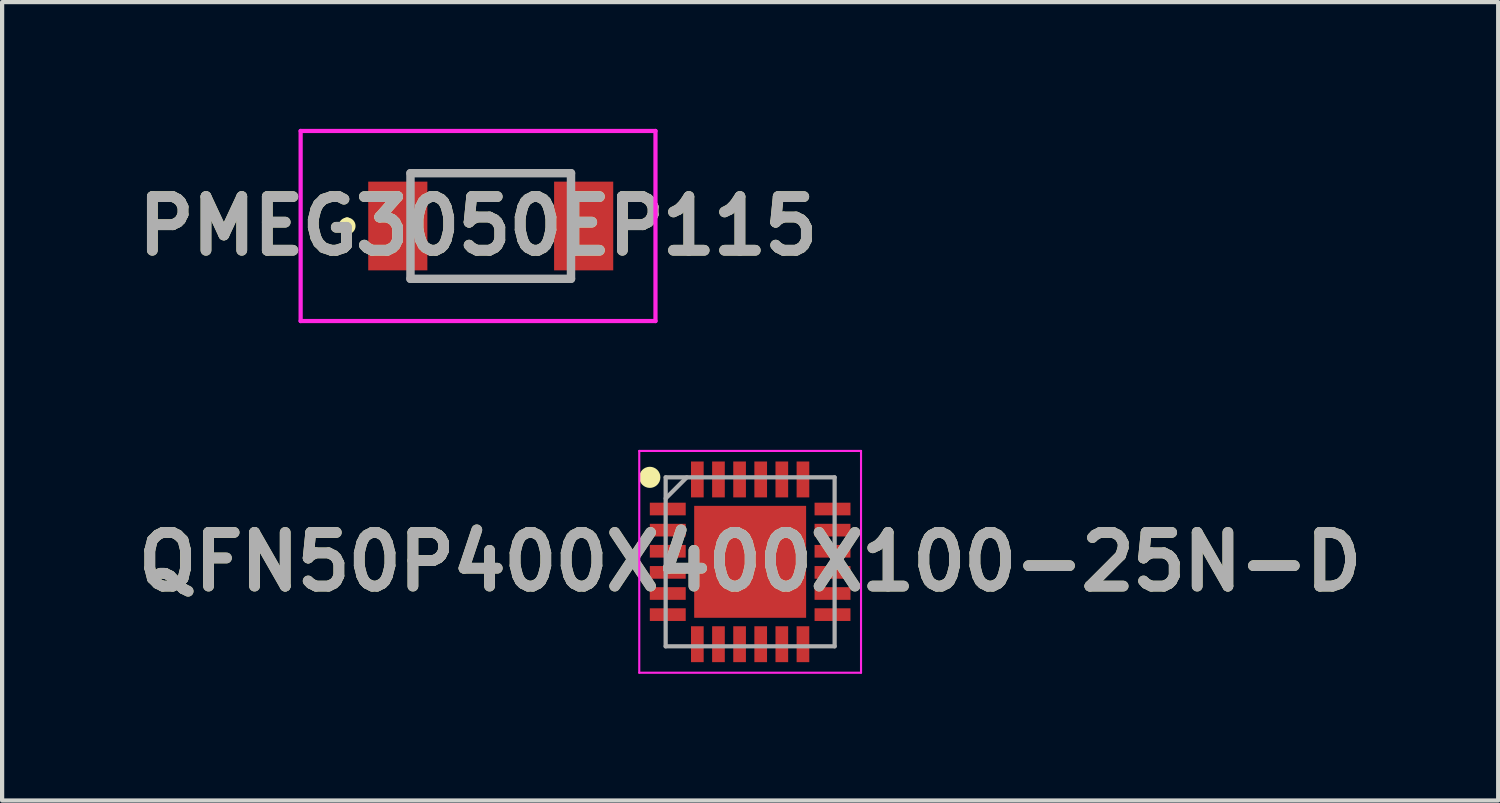
<source format=kicad_pcb>
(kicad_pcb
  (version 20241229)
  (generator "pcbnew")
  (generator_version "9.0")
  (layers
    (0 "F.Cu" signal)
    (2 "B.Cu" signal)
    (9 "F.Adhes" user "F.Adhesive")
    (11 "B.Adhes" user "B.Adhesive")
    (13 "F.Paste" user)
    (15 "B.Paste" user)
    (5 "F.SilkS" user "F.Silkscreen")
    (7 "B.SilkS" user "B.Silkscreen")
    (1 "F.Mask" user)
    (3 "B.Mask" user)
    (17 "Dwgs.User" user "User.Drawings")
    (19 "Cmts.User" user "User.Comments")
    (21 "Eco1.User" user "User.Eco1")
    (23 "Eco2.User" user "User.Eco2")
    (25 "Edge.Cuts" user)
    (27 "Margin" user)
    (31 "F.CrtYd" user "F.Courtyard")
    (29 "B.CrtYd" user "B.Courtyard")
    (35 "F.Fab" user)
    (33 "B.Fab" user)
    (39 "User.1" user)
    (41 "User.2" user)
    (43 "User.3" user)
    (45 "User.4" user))
  (footprint "QFN50P400X400X100-25N-D"
    (layer "F.Cu")
    (at 14.708 10.25)
    (property "Reference" "QFN50P400X400X100-25N-D" (at 0 0 0) (layer "F.SilkS") (effects (font (size 1.27 1.27) (thickness 0.254))))
    (attr smd)
    (fp_circle (center -2.375 -2) (end -2.375 -1.875) (stroke (width 0.25) (type solid)) (fill no) (layer "F.SilkS"))
    (fp_line (start -2.625 -2.625) (end 2.625 -2.625) (stroke (width 0.05) (type solid)) (layer "F.CrtYd"))
    (fp_line (start -2.625 2.625) (end -2.625 -2.625) (stroke (width 0.05) (type solid)) (layer "F.CrtYd"))
    (fp_line (start 2.625 -2.625) (end 2.625 2.625) (stroke (width 0.05) (type solid)) (layer "F.CrtYd"))
    (fp_line (start 2.625 2.625) (end -2.625 2.625) (stroke (width 0.05) (type solid)) (layer "F.CrtYd"))
    (fp_line (start -2 -2) (end 2 -2) (stroke (width 0.1) (type solid)) (layer "F.Fab"))
    (fp_line (start -2 -1.5) (end -1.5 -2) (stroke (width 0.1) (type solid)) (layer "F.Fab"))
    (fp_line (start -2 2) (end -2 -2) (stroke (width 0.1) (type solid)) (layer "F.Fab"))
    (fp_line (start 2 -2) (end 2 2) (stroke (width 0.1) (type solid)) (layer "F.Fab"))
    (fp_line (start 2 2) (end -2 2) (stroke (width 0.1) (type solid)) (layer "F.Fab"))
    (fp_text user "${REFERENCE}" (at 0 0 0) (layer "F.Fab") (effects (font (size 1.27 1.27) (thickness 0.254))))
    (pad "1" smd rect (at -1.95 -1.25 90) (size 0.3 0.85) (layers "F.Cu" "F.Mask" "F.Paste"))
    (pad "2" smd rect (at -1.95 -0.75 90) (size 0.3 0.85) (layers "F.Cu" "F.Mask" "F.Paste"))
    (pad "3" smd rect (at -1.95 -0.25 90) (size 0.3 0.85) (layers "F.Cu" "F.Mask" "F.Paste"))
    (pad "4" smd rect (at -1.95 0.25 90) (size 0.3 0.85) (layers "F.Cu" "F.Mask" "F.Paste"))
    (pad "5" smd rect (at -1.95 0.75 90) (size 0.3 0.85) (layers "F.Cu" "F.Mask" "F.Paste"))
    (pad "6" smd rect (at -1.95 1.25 90) (size 0.3 0.85) (layers "F.Cu" "F.Mask" "F.Paste"))
    (pad "7" smd rect (at -1.25 1.95) (size 0.3 0.85) (layers "F.Cu" "F.Mask" "F.Paste"))
    (pad "8" smd rect (at -0.75 1.95) (size 0.3 0.85) (layers "F.Cu" "F.Mask" "F.Paste"))
    (pad "9" smd rect (at -0.25 1.95) (size 0.3 0.85) (layers "F.Cu" "F.Mask" "F.Paste"))
    (pad "10" smd rect (at 0.25 1.95) (size 0.3 0.85) (layers "F.Cu" "F.Mask" "F.Paste"))
    (pad "11" smd rect (at 0.75 1.95) (size 0.3 0.85) (layers "F.Cu" "F.Mask" "F.Paste"))
    (pad "12" smd rect (at 1.25 1.95) (size 0.3 0.85) (layers "F.Cu" "F.Mask" "F.Paste"))
    (pad "13" smd rect (at 1.95 1.25 90) (size 0.3 0.85) (layers "F.Cu" "F.Mask" "F.Paste"))
    (pad "14" smd rect (at 1.95 0.75 90) (size 0.3 0.85) (layers "F.Cu" "F.Mask" "F.Paste"))
    (pad "15" smd rect (at 1.95 0.25 90) (size 0.3 0.85) (layers "F.Cu" "F.Mask" "F.Paste"))
    (pad "16" smd rect (at 1.95 -0.25 90) (size 0.3 0.85) (layers "F.Cu" "F.Mask" "F.Paste"))
    (pad "17" smd rect (at 1.95 -0.75 90) (size 0.3 0.85) (layers "F.Cu" "F.Mask" "F.Paste"))
    (pad "18" smd rect (at 1.95 -1.25 90) (size 0.3 0.85) (layers "F.Cu" "F.Mask" "F.Paste"))
    (pad "19" smd rect (at 1.25 -1.95) (size 0.3 0.85) (layers "F.Cu" "F.Mask" "F.Paste"))
    (pad "20" smd rect (at 0.75 -1.95) (size 0.3 0.85) (layers "F.Cu" "F.Mask" "F.Paste"))
    (pad "21" smd rect (at 0.25 -1.95) (size 0.3 0.85) (layers "F.Cu" "F.Mask" "F.Paste"))
    (pad "22" smd rect (at -0.25 -1.95) (size 0.3 0.85) (layers "F.Cu" "F.Mask" "F.Paste"))
    (pad "23" smd rect (at -0.75 -1.95) (size 0.3 0.85) (layers "F.Cu" "F.Mask" "F.Paste"))
    (pad "24" smd rect (at -1.25 -1.95) (size 0.3 0.85) (layers "F.Cu" "F.Mask" "F.Paste"))
    (pad "25" smd rect (at 0 0) (size 2.65 2.65) (layers "F.Cu" "F.Mask" "F.Paste")))
  (footprint "PMEG3050EP115"
    (layer "F.Cu")
    (at 8.567 2.3)
    (property "Reference" "PMEG3050EP115" (at -0.3 0 0) (layer "F.SilkS") (effects (font (size 1.27 1.27) (thickness 0.254))))
    (attr smd)
    (fp_line (start -3.4 -0.1) (end -3.4 -0.1) (stroke (width 0.2) (type solid)) (layer "F.SilkS"))
    (fp_line (start -3.4 0.1) (end -3.4 0.1) (stroke (width 0.2) (type solid)) (layer "F.SilkS"))
    (fp_line (start -1.9 -1.25) (end 1.9 -1.25) (stroke (width 0.1) (type solid)) (layer "F.SilkS"))
    (fp_line (start -1.9 1.25) (end 1.9 1.25) (stroke (width 0.1) (type solid)) (layer "F.SilkS"))
    (fp_arc (start -3.4 -0.1) (mid -3.3 0) (end -3.4 0.1) (stroke (width 0.2) (type solid)) (layer "F.SilkS"))
    (fp_arc (start -3.4 0.1) (mid -3.5 0) (end -3.4 -0.1) (stroke (width 0.2) (type solid)) (layer "F.SilkS"))
    (fp_line (start -4.5 -2.25) (end 3.9 -2.25) (stroke (width 0.1) (type solid)) (layer "F.CrtYd"))
    (fp_line (start -4.5 2.25) (end -4.5 -2.25) (stroke (width 0.1) (type solid)) (layer "F.CrtYd"))
    (fp_line (start 3.9 -2.25) (end 3.9 2.25) (stroke (width 0.1) (type solid)) (layer "F.CrtYd"))
    (fp_line (start 3.9 2.25) (end -4.5 2.25) (stroke (width 0.1) (type solid)) (layer "F.CrtYd"))
    (fp_line (start -1.9 -1.25) (end 1.9 -1.25) (stroke (width 0.2) (type solid)) (layer "F.Fab"))
    (fp_line (start -1.9 1.25) (end -1.9 -1.25) (stroke (width 0.2) (type solid)) (layer "F.Fab"))
    (fp_line (start 1.9 -1.25) (end 1.9 1.25) (stroke (width 0.2) (type solid)) (layer "F.Fab"))
    (fp_line (start 1.9 1.25) (end -1.9 1.25) (stroke (width 0.2) (type solid)) (layer "F.Fab"))
    (fp_text user "${REFERENCE}" (at -0.3 0 0) (layer "F.Fab") (effects (font (size 1.27 1.27) (thickness 0.254))))
    (pad "1" smd rect (at -2.2 0) (size 1.4 2.1) (layers "F.Cu" "F.Mask" "F.Paste"))
    (pad "2" smd rect (at 2.2 0) (size 1.4 2.1) (layers "F.Cu" "F.Mask" "F.Paste")))
  (gr_rect
    (start -3 -3)
    (end 32.416 15.9)
    (stroke (width 0.1) (type default))
    (fill no)
    (layer "Edge.Cuts")))
</source>
